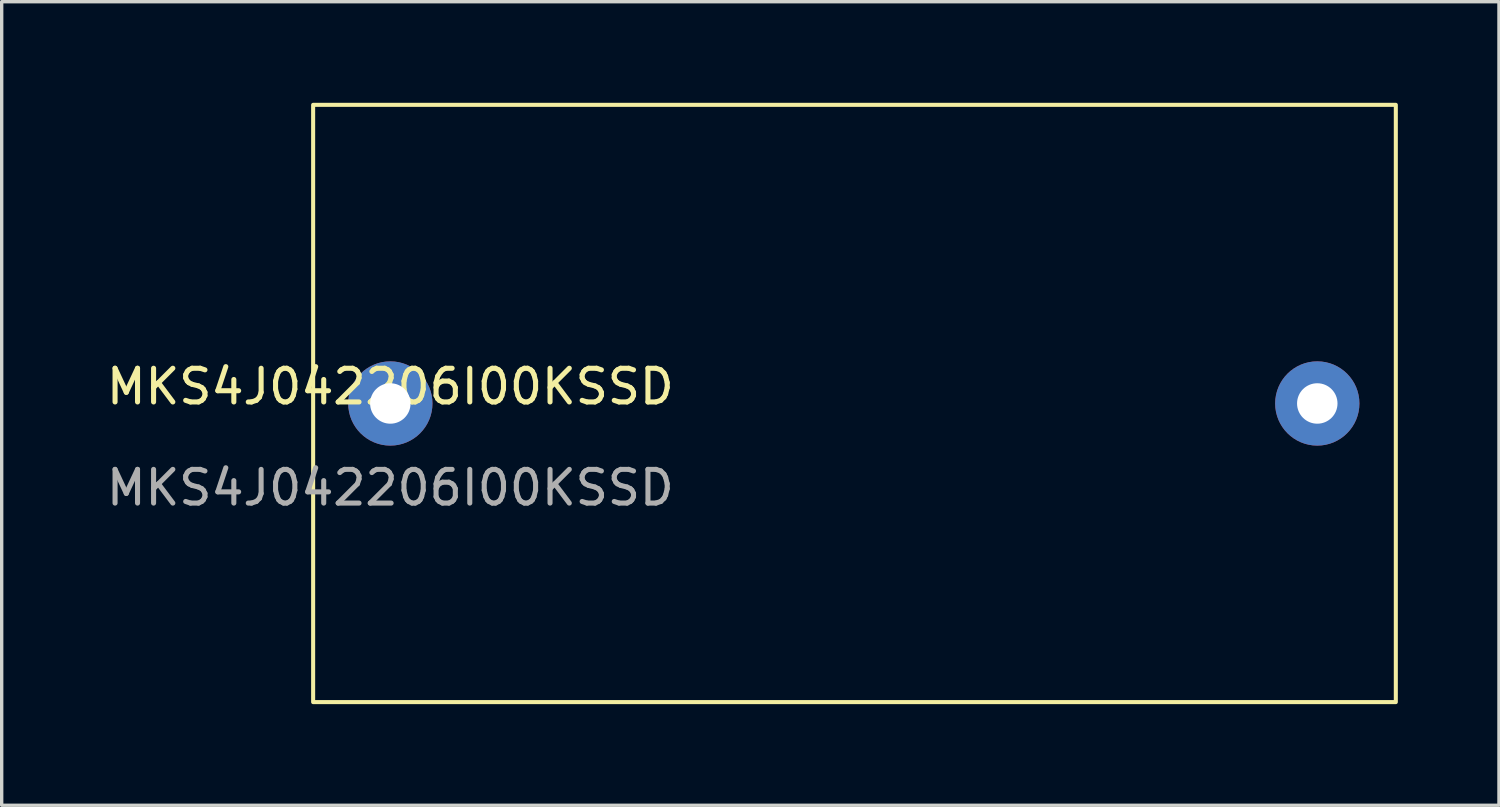
<source format=kicad_pcb>
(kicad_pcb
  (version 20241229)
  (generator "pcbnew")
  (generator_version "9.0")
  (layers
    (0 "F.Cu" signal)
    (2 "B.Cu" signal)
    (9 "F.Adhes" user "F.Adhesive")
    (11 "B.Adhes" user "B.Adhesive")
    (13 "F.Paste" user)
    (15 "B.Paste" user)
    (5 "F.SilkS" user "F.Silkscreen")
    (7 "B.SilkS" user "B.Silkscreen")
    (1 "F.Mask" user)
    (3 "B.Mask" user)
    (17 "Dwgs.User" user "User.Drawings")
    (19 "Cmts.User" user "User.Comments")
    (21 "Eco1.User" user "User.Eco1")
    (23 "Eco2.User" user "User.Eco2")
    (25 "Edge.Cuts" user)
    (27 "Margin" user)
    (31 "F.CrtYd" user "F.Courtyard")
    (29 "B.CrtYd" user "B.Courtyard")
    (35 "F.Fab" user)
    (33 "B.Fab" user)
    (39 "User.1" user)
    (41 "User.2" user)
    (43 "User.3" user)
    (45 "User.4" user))
  (footprint "MKS4J042206I00KSSD"
    (layer "F.Cu")
    (at 8.53 8.92)
    (property "Reference" "MKS4J042206I00KSSD" (at 0 -0.5 0) (unlocked yes) (layer "F.SilkS") (effects (font (size 1 1) (thickness 0.15))))
    (attr smd)
    (fp_rect (start -2.29 -8.86) (end 29.83 8.86) (stroke (width 0.12) (type default)) (fill no) (layer "F.SilkS"))
    (fp_text user "${REFERENCE}" (at 0 2.5 0) (unlocked yes) (layer "F.Fab") (effects (font (size 1 1) (thickness 0.15))))
    (pad "1" thru_hole circle (at 0 0) (size 2.5 2.5) (drill 1.2) (layers "*.Cu" "*.Mask"))
    (pad "2" thru_hole circle (at 27.5 0) (size 2.5 2.5) (drill 1.2) (layers "*.Cu" "*.Mask")))
  (gr_rect
    (start -3 -3)
    (end 41.42 20.84)
    (stroke (width 0.1) (type default))
    (fill no)
    (layer "Edge.Cuts")))
</source>
